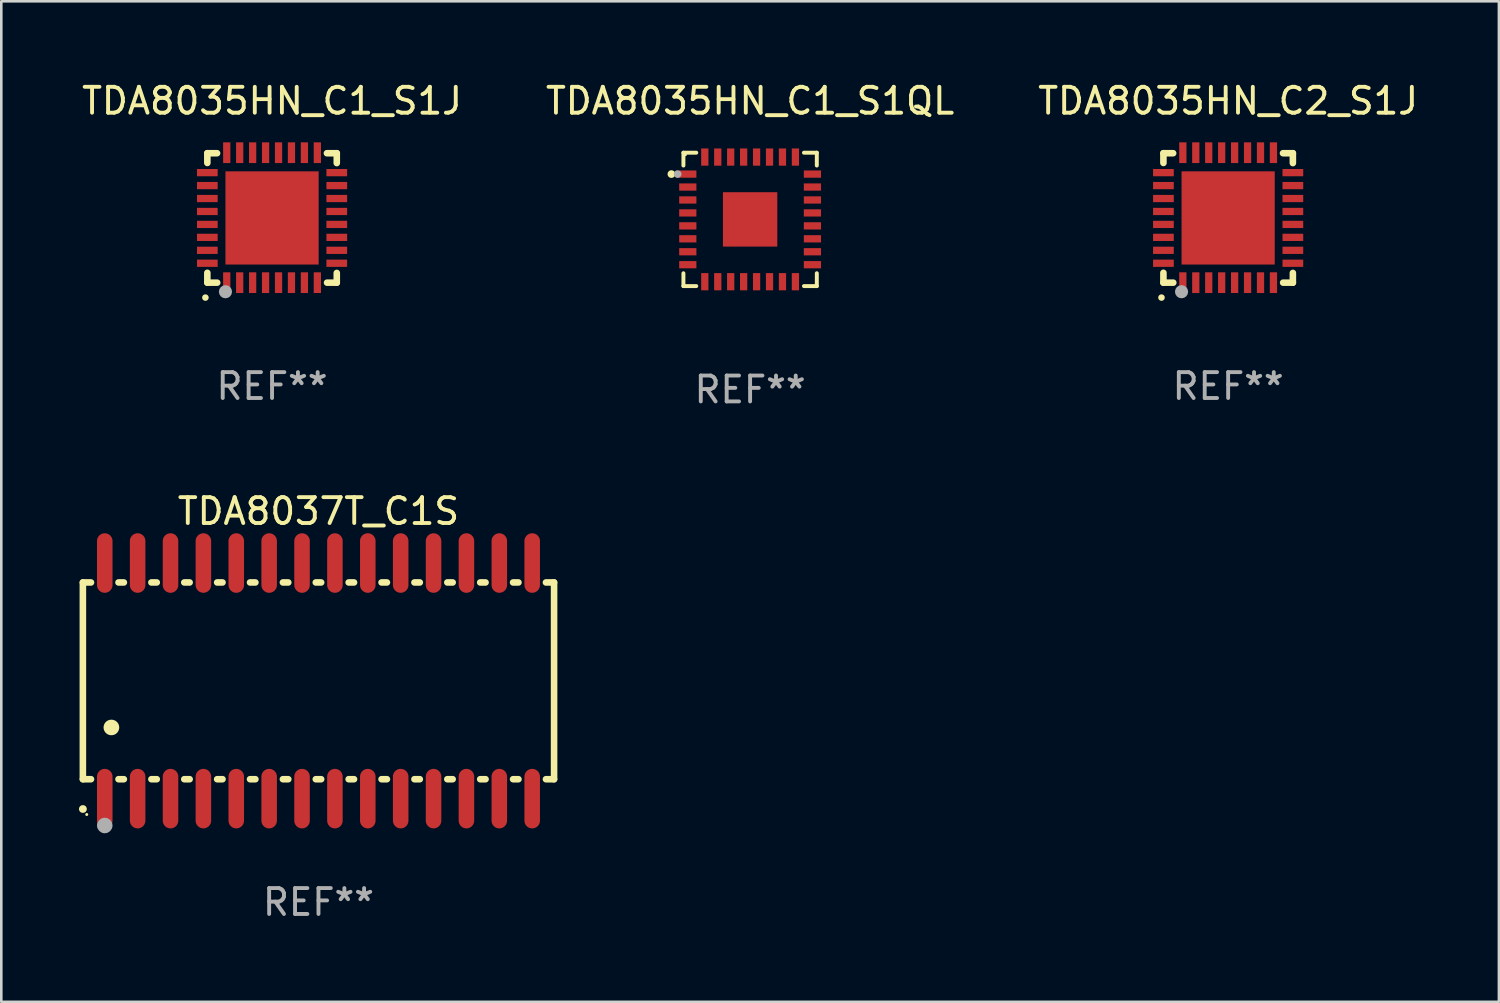
<source format=kicad_pcb>
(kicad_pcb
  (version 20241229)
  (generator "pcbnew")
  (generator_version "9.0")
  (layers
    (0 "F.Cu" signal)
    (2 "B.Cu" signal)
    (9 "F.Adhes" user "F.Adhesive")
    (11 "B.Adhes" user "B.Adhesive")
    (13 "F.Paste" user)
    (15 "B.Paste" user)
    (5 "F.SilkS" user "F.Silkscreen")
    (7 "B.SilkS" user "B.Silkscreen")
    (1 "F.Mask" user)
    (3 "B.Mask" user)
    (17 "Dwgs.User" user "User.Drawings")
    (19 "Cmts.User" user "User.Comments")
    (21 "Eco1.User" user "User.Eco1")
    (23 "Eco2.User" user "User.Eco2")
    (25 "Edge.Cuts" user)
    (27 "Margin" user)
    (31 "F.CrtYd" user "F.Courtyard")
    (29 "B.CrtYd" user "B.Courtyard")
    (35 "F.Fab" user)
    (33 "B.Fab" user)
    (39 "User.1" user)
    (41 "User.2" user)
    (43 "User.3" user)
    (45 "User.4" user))
  (footprint "TDA8035HN_C1_S1QL"
    (layer "F.Cu")
    (at 25.923 5.424)
    (property "Reference" "TDA8035HN_C1_S1QL" (at 0 -4.576 0) (layer "F.SilkS") (effects (font (size 1 1) (thickness 0.15))))
    (attr through_hole)
    (fp_line (start -2.576 -2.576) (end -2.576 -2.08) (stroke (width 0.152) (type solid)) (layer "F.SilkS"))
    (fp_line (start -2.576 2.576) (end -2.576 2.08) (stroke (width 0.152) (type solid)) (layer "F.SilkS"))
    (fp_line (start -2.08 -2.576) (end -2.576 -2.576) (stroke (width 0.152) (type solid)) (layer "F.SilkS"))
    (fp_line (start -2.08 2.576) (end -2.576 2.576) (stroke (width 0.152) (type solid)) (layer "F.SilkS"))
    (fp_line (start 2.08 -2.576) (end 2.576 -2.576) (stroke (width 0.152) (type solid)) (layer "F.SilkS"))
    (fp_line (start 2.08 2.576) (end 2.576 2.576) (stroke (width 0.152) (type solid)) (layer "F.SilkS"))
    (fp_line (start 2.576 -2.576) (end 2.576 -2.08) (stroke (width 0.152) (type solid)) (layer "F.SilkS"))
    (fp_line (start 2.576 2.576) (end 2.576 2.08) (stroke (width 0.152) (type solid)) (layer "F.SilkS"))
    (fp_circle (center -3.04 -1.75) (end -2.965 -1.75) (stroke (width 0.15) (type solid)) (fill no) (layer "F.SilkS"))
    (fp_circle (center -2.5 -2.5) (end -2.47 -2.5) (stroke (width 0.06) (type solid)) (fill no) (layer "F.SilkS"))
    (fp_circle (center -2.8 -1.75) (end -2.725 -1.75) (stroke (width 0.15) (type solid)) (fill no) (layer "F.Fab"))
    (fp_text user "REF**" (at 0 6.576 0) (layer "F.Fab") (effects (font (size 1 1) (thickness 0.15))))
    (pad "1" smd rect (at -2.407 -1.75) (size 0.665 0.28) (layers "F.Cu" "F.Mask" "F.Paste"))
    (pad "2" smd rect (at -2.407 -1.25) (size 0.665 0.28) (layers "F.Cu" "F.Mask" "F.Paste"))
    (pad "3" smd rect (at -2.407 -0.75) (size 0.665 0.28) (layers "F.Cu" "F.Mask" "F.Paste"))
    (pad "4" smd rect (at -2.407 -0.25) (size 0.665 0.28) (layers "F.Cu" "F.Mask" "F.Paste"))
    (pad "5" smd rect (at -2.407 0.25) (size 0.665 0.28) (layers "F.Cu" "F.Mask" "F.Paste"))
    (pad "6" smd rect (at -2.407 0.75) (size 0.665 0.28) (layers "F.Cu" "F.Mask" "F.Paste"))
    (pad "7" smd rect (at -2.407 1.25) (size 0.665 0.28) (layers "F.Cu" "F.Mask" "F.Paste"))
    (pad "8" smd rect (at -2.407 1.75) (size 0.665 0.28) (layers "F.Cu" "F.Mask" "F.Paste"))
    (pad "9" smd rect (at -1.75 2.407) (size 0.28 0.665) (layers "F.Cu" "F.Mask" "F.Paste"))
    (pad "10" smd rect (at -1.25 2.407) (size 0.28 0.665) (layers "F.Cu" "F.Mask" "F.Paste"))
    (pad "11" smd rect (at -0.75 2.407) (size 0.28 0.665) (layers "F.Cu" "F.Mask" "F.Paste"))
    (pad "12" smd rect (at -0.25 2.407) (size 0.28 0.665) (layers "F.Cu" "F.Mask" "F.Paste"))
    (pad "13" smd rect (at 0.25 2.407) (size 0.28 0.665) (layers "F.Cu" "F.Mask" "F.Paste"))
    (pad "14" smd rect (at 0.75 2.407) (size 0.28 0.665) (layers "F.Cu" "F.Mask" "F.Paste"))
    (pad "15" smd rect (at 1.25 2.407) (size 0.28 0.665) (layers "F.Cu" "F.Mask" "F.Paste"))
    (pad "16" smd rect (at 1.75 2.407) (size 0.28 0.665) (layers "F.Cu" "F.Mask" "F.Paste"))
    (pad "17" smd rect (at 2.407 1.75) (size 0.665 0.28) (layers "F.Cu" "F.Mask" "F.Paste"))
    (pad "18" smd rect (at 2.407 1.25) (size 0.665 0.28) (layers "F.Cu" "F.Mask" "F.Paste"))
    (pad "19" smd rect (at 2.407 0.75) (size 0.665 0.28) (layers "F.Cu" "F.Mask" "F.Paste"))
    (pad "20" smd rect (at 2.407 0.25) (size 0.665 0.28) (layers "F.Cu" "F.Mask" "F.Paste"))
    (pad "21" smd rect (at 2.407 -0.25) (size 0.665 0.28) (layers "F.Cu" "F.Mask" "F.Paste"))
    (pad "22" smd rect (at 2.407 -0.75) (size 0.665 0.28) (layers "F.Cu" "F.Mask" "F.Paste"))
    (pad "23" smd rect (at 2.407 -1.25) (size 0.665 0.28) (layers "F.Cu" "F.Mask" "F.Paste"))
    (pad "24" smd rect (at 2.407 -1.75) (size 0.665 0.28) (layers "F.Cu" "F.Mask" "F.Paste"))
    (pad "25" smd rect (at 1.75 -2.407) (size 0.28 0.665) (layers "F.Cu" "F.Mask" "F.Paste"))
    (pad "26" smd rect (at 1.25 -2.407) (size 0.28 0.665) (layers "F.Cu" "F.Mask" "F.Paste"))
    (pad "27" smd rect (at 0.75 -2.407) (size 0.28 0.665) (layers "F.Cu" "F.Mask" "F.Paste"))
    (pad "28" smd rect (at 0.25 -2.407) (size 0.28 0.665) (layers "F.Cu" "F.Mask" "F.Paste"))
    (pad "29" smd rect (at -0.25 -2.407) (size 0.28 0.665) (layers "F.Cu" "F.Mask" "F.Paste"))
    (pad "30" smd rect (at -0.75 -2.407) (size 0.28 0.665) (layers "F.Cu" "F.Mask" "F.Paste"))
    (pad "31" smd rect (at -1.25 -2.407) (size 0.28 0.665) (layers "F.Cu" "F.Mask" "F.Paste"))
    (pad "32" smd rect (at -1.75 -2.407) (size 0.28 0.665) (layers "F.Cu" "F.Mask" "F.Paste"))
    (pad "33" smd rect (at 0 0) (size 2.1 2.1) (layers "F.Cu" "F.Mask" "F.Paste")))
  (footprint "TDA8037T_C1S"
    (layer "F.Cu")
    (at 9.251 23.247)
    (property "Reference" "TDA8037T_C1S" (at 0 -6.55 0) (layer "F.SilkS") (effects (font (size 1 1) (thickness 0.15))))
    (attr through_hole)
    (fp_line (start -9.1 -3.8) (end -9.1 3.8) (stroke (width 0.254) (type solid)) (layer "F.SilkS"))
    (fp_line (start -9.1 -3.8) (end -8.786 -3.8) (stroke (width 0.254) (type solid)) (layer "F.SilkS"))
    (fp_line (start -9.1 3.8) (end -8.786 3.8) (stroke (width 0.254) (type solid)) (layer "F.SilkS"))
    (fp_line (start -7.724 -3.8) (end -7.516 -3.8) (stroke (width 0.254) (type solid)) (layer "F.SilkS"))
    (fp_line (start -7.724 3.8) (end -7.516 3.8) (stroke (width 0.254) (type solid)) (layer "F.SilkS"))
    (fp_line (start -6.454 -3.8) (end -6.246 -3.8) (stroke (width 0.254) (type solid)) (layer "F.SilkS"))
    (fp_line (start -6.454 3.8) (end -6.246 3.8) (stroke (width 0.254) (type solid)) (layer "F.SilkS"))
    (fp_line (start -5.184 -3.8) (end -4.976 -3.8) (stroke (width 0.254) (type solid)) (layer "F.SilkS"))
    (fp_line (start -5.184 3.8) (end -4.976 3.8) (stroke (width 0.254) (type solid)) (layer "F.SilkS"))
    (fp_line (start -3.914 -3.8) (end -3.706 -3.8) (stroke (width 0.254) (type solid)) (layer "F.SilkS"))
    (fp_line (start -3.914 3.8) (end -3.706 3.8) (stroke (width 0.254) (type solid)) (layer "F.SilkS"))
    (fp_line (start -2.644 -3.8) (end -2.436 -3.8) (stroke (width 0.254) (type solid)) (layer "F.SilkS"))
    (fp_line (start -2.644 3.8) (end -2.436 3.8) (stroke (width 0.254) (type solid)) (layer "F.SilkS"))
    (fp_line (start -1.374 -3.8) (end -1.166 -3.8) (stroke (width 0.254) (type solid)) (layer "F.SilkS"))
    (fp_line (start -1.374 3.8) (end -1.166 3.8) (stroke (width 0.254) (type solid)) (layer "F.SilkS"))
    (fp_line (start -0.104 -3.8) (end 0.104 -3.8) (stroke (width 0.254) (type solid)) (layer "F.SilkS"))
    (fp_line (start -0.104 3.8) (end 0.104 3.8) (stroke (width 0.254) (type solid)) (layer "F.SilkS"))
    (fp_line (start 1.166 -3.8) (end 1.374 -3.8) (stroke (width 0.254) (type solid)) (layer "F.SilkS"))
    (fp_line (start 1.166 3.8) (end 1.374 3.8) (stroke (width 0.254) (type solid)) (layer "F.SilkS"))
    (fp_line (start 2.436 -3.8) (end 2.644 -3.8) (stroke (width 0.254) (type solid)) (layer "F.SilkS"))
    (fp_line (start 2.436 3.8) (end 2.644 3.8) (stroke (width 0.254) (type solid)) (layer "F.SilkS"))
    (fp_line (start 3.706 -3.8) (end 3.914 -3.8) (stroke (width 0.254) (type solid)) (layer "F.SilkS"))
    (fp_line (start 3.706 3.8) (end 3.914 3.8) (stroke (width 0.254) (type solid)) (layer "F.SilkS"))
    (fp_line (start 4.976 -3.8) (end 5.184 -3.8) (stroke (width 0.254) (type solid)) (layer "F.SilkS"))
    (fp_line (start 4.976 3.8) (end 5.184 3.8) (stroke (width 0.254) (type solid)) (layer "F.SilkS"))
    (fp_line (start 6.246 -3.8) (end 6.454 -3.8) (stroke (width 0.254) (type solid)) (layer "F.SilkS"))
    (fp_line (start 6.246 3.8) (end 6.454 3.8) (stroke (width 0.254) (type solid)) (layer "F.SilkS"))
    (fp_line (start 7.516 -3.8) (end 7.724 -3.8) (stroke (width 0.254) (type solid)) (layer "F.SilkS"))
    (fp_line (start 7.516 3.8) (end 7.724 3.8) (stroke (width 0.254) (type solid)) (layer "F.SilkS"))
    (fp_line (start 8.786 -3.8) (end 9.1 -3.8) (stroke (width 0.254) (type solid)) (layer "F.SilkS"))
    (fp_line (start 8.786 3.8) (end 9.1 3.8) (stroke (width 0.254) (type solid)) (layer "F.SilkS"))
    (fp_line (start 9.1 -3.8) (end 9.1 3.8) (stroke (width 0.254) (type solid)) (layer "F.SilkS"))
    (fp_arc (start -9.100864 4.95047) (mid -9.099594 4.950465) (end -9.098324 4.95047) (stroke (width 0.3) (type solid)) (layer "F.SilkS"))
    (fp_arc (start -8.001041 1.800864) (mid -7.998501 1.800853) (end -7.995961 1.800864) (stroke (width 0.6) (type solid)) (layer "F.SilkS"))
    (fp_circle (center -8.95 5.163) (end -8.92 5.163) (stroke (width 0.06) (type solid)) (fill no) (layer "F.SilkS"))
    (fp_circle (center -8.255 5.588) (end -8.105 5.588) (stroke (width 0.3) (type solid)) (fill no) (layer "F.Fab"))
    (fp_text user "REF**" (at 0 8.55 0) (layer "F.Fab") (effects (font (size 1 1) (thickness 0.15))))
    (pad "1" smd oval (at -8.255 4.55 180) (size 0.6 2.3) (layers "F.Cu" "F.Mask" "F.Paste"))
    (pad "2" smd oval (at -6.985 4.55 180) (size 0.6 2.3) (layers "F.Cu" "F.Mask" "F.Paste"))
    (pad "3" smd oval (at -5.715 4.55 180) (size 0.6 2.3) (layers "F.Cu" "F.Mask" "F.Paste"))
    (pad "4" smd oval (at -4.445 4.55 180) (size 0.6 2.3) (layers "F.Cu" "F.Mask" "F.Paste"))
    (pad "5" smd oval (at -3.175 4.55 180) (size 0.6 2.3) (layers "F.Cu" "F.Mask" "F.Paste"))
    (pad "6" smd oval (at -1.905 4.55 180) (size 0.6 2.3) (layers "F.Cu" "F.Mask" "F.Paste"))
    (pad "7" smd oval (at -0.635 4.55 180) (size 0.6 2.3) (layers "F.Cu" "F.Mask" "F.Paste"))
    (pad "8" smd oval (at 0.635 4.55 180) (size 0.6 2.3) (layers "F.Cu" "F.Mask" "F.Paste"))
    (pad "9" smd oval (at 1.905 4.55 180) (size 0.6 2.3) (layers "F.Cu" "F.Mask" "F.Paste"))
    (pad "10" smd oval (at 3.175 4.55 180) (size 0.6 2.3) (layers "F.Cu" "F.Mask" "F.Paste"))
    (pad "11" smd oval (at 4.445 4.55 180) (size 0.6 2.3) (layers "F.Cu" "F.Mask" "F.Paste"))
    (pad "12" smd oval (at 5.715 4.55 180) (size 0.6 2.3) (layers "F.Cu" "F.Mask" "F.Paste"))
    (pad "13" smd oval (at 6.985 4.55 180) (size 0.6 2.3) (layers "F.Cu" "F.Mask" "F.Paste"))
    (pad "14" smd oval (at 8.255 4.55 180) (size 0.6 2.3) (layers "F.Cu" "F.Mask" "F.Paste"))
    (pad "15" smd oval (at 8.255 -4.55 180) (size 0.6 2.3) (layers "F.Cu" "F.Mask" "F.Paste"))
    (pad "16" smd oval (at 6.985 -4.55 180) (size 0.6 2.3) (layers "F.Cu" "F.Mask" "F.Paste"))
    (pad "17" smd oval (at 5.715 -4.55 180) (size 0.6 2.3) (layers "F.Cu" "F.Mask" "F.Paste"))
    (pad "18" smd oval (at 4.445 -4.55 180) (size 0.6 2.3) (layers "F.Cu" "F.Mask" "F.Paste"))
    (pad "19" smd oval (at 3.175 -4.55 180) (size 0.6 2.3) (layers "F.Cu" "F.Mask" "F.Paste"))
    (pad "20" smd oval (at 1.905 -4.55 180) (size 0.6 2.3) (layers "F.Cu" "F.Mask" "F.Paste"))
    (pad "21" smd oval (at 0.635 -4.55 180) (size 0.6 2.3) (layers "F.Cu" "F.Mask" "F.Paste"))
    (pad "22" smd oval (at -0.635 -4.55 180) (size 0.6 2.3) (layers "F.Cu" "F.Mask" "F.Paste"))
    (pad "23" smd oval (at -1.905 -4.55 180) (size 0.6 2.3) (layers "F.Cu" "F.Mask" "F.Paste"))
    (pad "24" smd oval (at -3.175 -4.55 180) (size 0.6 2.3) (layers "F.Cu" "F.Mask" "F.Paste"))
    (pad "25" smd oval (at -4.445 -4.55 180) (size 0.6 2.3) (layers "F.Cu" "F.Mask" "F.Paste"))
    (pad "26" smd oval (at -5.715 -4.55 180) (size 0.6 2.3) (layers "F.Cu" "F.Mask" "F.Paste"))
    (pad "27" smd oval (at -6.985 -4.55 180) (size 0.6 2.3) (layers "F.Cu" "F.Mask" "F.Paste"))
    (pad "28" smd oval (at -8.255 -4.55 180) (size 0.6 2.3) (layers "F.Cu" "F.Mask" "F.Paste")))
  (footprint "TDA8035HN_C2_S1J"
    (layer "F.Cu")
    (at 44.387 5.358)
    (property "Reference" "TDA8035HN_C2_S1J" (at 0 -4.51 0) (layer "F.SilkS") (effects (font (size 1 1) (thickness 0.15))))
    (attr through_hole)
    (fp_line (start -2.5 -2.49) (end -2.124 -2.49) (stroke (width 0.254) (type solid)) (layer "F.SilkS"))
    (fp_line (start -2.5 -2.114) (end -2.5 -2.49) (stroke (width 0.254) (type solid)) (layer "F.SilkS"))
    (fp_line (start -2.5 2.51) (end -2.5 2.129) (stroke (width 0.254) (type solid)) (layer "F.SilkS"))
    (fp_line (start -2.5 2.51) (end -2.119 2.51) (stroke (width 0.254) (type solid)) (layer "F.SilkS"))
    (fp_line (start 2.119 -2.49) (end 2.5 -2.49) (stroke (width 0.254) (type solid)) (layer "F.SilkS"))
    (fp_line (start 2.124 2.51) (end 2.5 2.51) (stroke (width 0.254) (type solid)) (layer "F.SilkS"))
    (fp_line (start 2.5 -2.49) (end 2.5 -2.109) (stroke (width 0.254) (type solid)) (layer "F.SilkS"))
    (fp_line (start 2.5 2.134) (end 2.5 2.51) (stroke (width 0.254) (type solid)) (layer "F.SilkS"))
    (fp_arc (start -2.57554 3.086005) (mid -2.57427 3.085999) (end -2.573 3.086005) (stroke (width 0.25) (type solid)) (layer "F.SilkS"))
    (fp_circle (center -2.5 2.5) (end -2.45 2.5) (stroke (width 0.1) (type solid)) (fill no) (layer "F.SilkS"))
    (fp_circle (center -1.8 2.86) (end -1.673 2.86) (stroke (width 0.254) (type solid)) (fill no) (layer "F.Fab"))
    (fp_text user "REF**" (at 0 6.51 0) (layer "F.Fab") (effects (font (size 1 1) (thickness 0.15))))
    (pad "1" smd rect (at -1.75 2.51) (size 0.28 0.8) (layers "F.Cu" "F.Mask" "F.Paste"))
    (pad "2" smd rect (at -1.25 2.51) (size 0.28 0.8) (layers "F.Cu" "F.Mask" "F.Paste"))
    (pad "3" smd rect (at -0.75 2.51) (size 0.28 0.8) (layers "F.Cu" "F.Mask" "F.Paste"))
    (pad "4" smd rect (at -0.25 2.51) (size 0.28 0.8) (layers "F.Cu" "F.Mask" "F.Paste"))
    (pad "5" smd rect (at 0.25 2.51) (size 0.28 0.8) (layers "F.Cu" "F.Mask" "F.Paste"))
    (pad "6" smd rect (at 0.75 2.51) (size 0.28 0.8) (layers "F.Cu" "F.Mask" "F.Paste"))
    (pad "7" smd rect (at 1.25 2.51) (size 0.28 0.8) (layers "F.Cu" "F.Mask" "F.Paste"))
    (pad "8" smd rect (at 1.75 2.51) (size 0.28 0.8) (layers "F.Cu" "F.Mask" "F.Paste"))
    (pad "9" smd rect (at 2.5 1.76) (size 0.8 0.28) (layers "F.Cu" "F.Mask" "F.Paste"))
    (pad "10" smd rect (at 2.5 1.26) (size 0.8 0.28) (layers "F.Cu" "F.Mask" "F.Paste"))
    (pad "11" smd rect (at 2.5 0.76) (size 0.8 0.28) (layers "F.Cu" "F.Mask" "F.Paste"))
    (pad "12" smd rect (at 2.5 0.26) (size 0.8 0.28) (layers "F.Cu" "F.Mask" "F.Paste"))
    (pad "13" smd rect (at 2.5 -0.24) (size 0.8 0.28) (layers "F.Cu" "F.Mask" "F.Paste"))
    (pad "14" smd rect (at 2.5 -0.74) (size 0.8 0.28) (layers "F.Cu" "F.Mask" "F.Paste"))
    (pad "15" smd rect (at 2.5 -1.24) (size 0.8 0.28) (layers "F.Cu" "F.Mask" "F.Paste"))
    (pad "16" smd rect (at 2.5 -1.74) (size 0.8 0.28) (layers "F.Cu" "F.Mask" "F.Paste"))
    (pad "17" smd rect (at 1.75 -2.51) (size 0.28 0.8) (layers "F.Cu" "F.Mask" "F.Paste"))
    (pad "18" smd rect (at 1.25 -2.51) (size 0.28 0.8) (layers "F.Cu" "F.Mask" "F.Paste"))
    (pad "19" smd rect (at 0.75 -2.51) (size 0.28 0.8) (layers "F.Cu" "F.Mask" "F.Paste"))
    (pad "20" smd rect (at 0.25 -2.51) (size 0.28 0.8) (layers "F.Cu" "F.Mask" "F.Paste"))
    (pad "21" smd rect (at -0.25 -2.51) (size 0.28 0.8) (layers "F.Cu" "F.Mask" "F.Paste"))
    (pad "22" smd rect (at -0.75 -2.51) (size 0.28 0.8) (layers "F.Cu" "F.Mask" "F.Paste"))
    (pad "23" smd rect (at -1.25 -2.51) (size 0.28 0.8) (layers "F.Cu" "F.Mask" "F.Paste"))
    (pad "24" smd rect (at -1.75 -2.51) (size 0.28 0.8) (layers "F.Cu" "F.Mask" "F.Paste"))
    (pad "25" smd rect (at -2.5 -1.74) (size 0.8 0.28) (layers "F.Cu" "F.Mask" "F.Paste"))
    (pad "26" smd rect (at -2.5 -1.24) (size 0.8 0.28) (layers "F.Cu" "F.Mask" "F.Paste"))
    (pad "27" smd rect (at -2.5 -0.74) (size 0.8 0.28) (layers "F.Cu" "F.Mask" "F.Paste"))
    (pad "28" smd rect (at -2.5 -0.24) (size 0.8 0.28) (layers "F.Cu" "F.Mask" "F.Paste"))
    (pad "29" smd rect (at -2.5 0.26) (size 0.8 0.28) (layers "F.Cu" "F.Mask" "F.Paste"))
    (pad "30" smd rect (at -2.5 0.76) (size 0.8 0.28) (layers "F.Cu" "F.Mask" "F.Paste"))
    (pad "31" smd rect (at -2.5 1.26) (size 0.8 0.28) (layers "F.Cu" "F.Mask" "F.Paste"))
    (pad "32" smd rect (at -2.5 1.76) (size 0.8 0.28) (layers "F.Cu" "F.Mask" "F.Paste"))
    (pad "33" smd rect (at 0.000102 0.01) (size 3.6 3.6) (layers "F.Cu" "F.Mask" "F.Paste")))
  (footprint "TDA8035HN_C1_S1J"
    (layer "F.Cu")
    (at 7.458 5.358)
    (property "Reference" "TDA8035HN_C1_S1J" (at 0 -4.51 0) (layer "F.SilkS") (effects (font (size 1 1) (thickness 0.15))))
    (attr through_hole)
    (fp_line (start -2.5 -2.49) (end -2.124 -2.49) (stroke (width 0.254) (type solid)) (layer "F.SilkS"))
    (fp_line (start -2.5 -2.114) (end -2.5 -2.49) (stroke (width 0.254) (type solid)) (layer "F.SilkS"))
    (fp_line (start -2.5 2.51) (end -2.5 2.129) (stroke (width 0.254) (type solid)) (layer "F.SilkS"))
    (fp_line (start -2.5 2.51) (end -2.119 2.51) (stroke (width 0.254) (type solid)) (layer "F.SilkS"))
    (fp_line (start 2.119 -2.49) (end 2.5 -2.49) (stroke (width 0.254) (type solid)) (layer "F.SilkS"))
    (fp_line (start 2.124 2.51) (end 2.5 2.51) (stroke (width 0.254) (type solid)) (layer "F.SilkS"))
    (fp_line (start 2.5 -2.49) (end 2.5 -2.109) (stroke (width 0.254) (type solid)) (layer "F.SilkS"))
    (fp_line (start 2.5 2.134) (end 2.5 2.51) (stroke (width 0.254) (type solid)) (layer "F.SilkS"))
    (fp_arc (start -2.57554 3.086005) (mid -2.57427 3.085999) (end -2.573 3.086005) (stroke (width 0.25) (type solid)) (layer "F.SilkS"))
    (fp_circle (center -2.5 2.5) (end -2.45 2.5) (stroke (width 0.1) (type solid)) (fill no) (layer "F.SilkS"))
    (fp_circle (center -1.8 2.86) (end -1.673 2.86) (stroke (width 0.254) (type solid)) (fill no) (layer "F.Fab"))
    (fp_text user "REF**" (at 0 6.51 0) (layer "F.Fab") (effects (font (size 1 1) (thickness 0.15))))
    (pad "1" smd rect (at -1.75 2.51) (size 0.28 0.8) (layers "F.Cu" "F.Mask" "F.Paste"))
    (pad "2" smd rect (at -1.25 2.51) (size 0.28 0.8) (layers "F.Cu" "F.Mask" "F.Paste"))
    (pad "3" smd rect (at -0.75 2.51) (size 0.28 0.8) (layers "F.Cu" "F.Mask" "F.Paste"))
    (pad "4" smd rect (at -0.25 2.51) (size 0.28 0.8) (layers "F.Cu" "F.Mask" "F.Paste"))
    (pad "5" smd rect (at 0.25 2.51) (size 0.28 0.8) (layers "F.Cu" "F.Mask" "F.Paste"))
    (pad "6" smd rect (at 0.75 2.51) (size 0.28 0.8) (layers "F.Cu" "F.Mask" "F.Paste"))
    (pad "7" smd rect (at 1.25 2.51) (size 0.28 0.8) (layers "F.Cu" "F.Mask" "F.Paste"))
    (pad "8" smd rect (at 1.75 2.51) (size 0.28 0.8) (layers "F.Cu" "F.Mask" "F.Paste"))
    (pad "9" smd rect (at 2.5 1.76) (size 0.8 0.28) (layers "F.Cu" "F.Mask" "F.Paste"))
    (pad "10" smd rect (at 2.5 1.26) (size 0.8 0.28) (layers "F.Cu" "F.Mask" "F.Paste"))
    (pad "11" smd rect (at 2.5 0.76) (size 0.8 0.28) (layers "F.Cu" "F.Mask" "F.Paste"))
    (pad "12" smd rect (at 2.5 0.26) (size 0.8 0.28) (layers "F.Cu" "F.Mask" "F.Paste"))
    (pad "13" smd rect (at 2.5 -0.24) (size 0.8 0.28) (layers "F.Cu" "F.Mask" "F.Paste"))
    (pad "14" smd rect (at 2.5 -0.74) (size 0.8 0.28) (layers "F.Cu" "F.Mask" "F.Paste"))
    (pad "15" smd rect (at 2.5 -1.24) (size 0.8 0.28) (layers "F.Cu" "F.Mask" "F.Paste"))
    (pad "16" smd rect (at 2.5 -1.74) (size 0.8 0.28) (layers "F.Cu" "F.Mask" "F.Paste"))
    (pad "17" smd rect (at 1.75 -2.51) (size 0.28 0.8) (layers "F.Cu" "F.Mask" "F.Paste"))
    (pad "18" smd rect (at 1.25 -2.51) (size 0.28 0.8) (layers "F.Cu" "F.Mask" "F.Paste"))
    (pad "19" smd rect (at 0.75 -2.51) (size 0.28 0.8) (layers "F.Cu" "F.Mask" "F.Paste"))
    (pad "20" smd rect (at 0.25 -2.51) (size 0.28 0.8) (layers "F.Cu" "F.Mask" "F.Paste"))
    (pad "21" smd rect (at -0.25 -2.51) (size 0.28 0.8) (layers "F.Cu" "F.Mask" "F.Paste"))
    (pad "22" smd rect (at -0.75 -2.51) (size 0.28 0.8) (layers "F.Cu" "F.Mask" "F.Paste"))
    (pad "23" smd rect (at -1.25 -2.51) (size 0.28 0.8) (layers "F.Cu" "F.Mask" "F.Paste"))
    (pad "24" smd rect (at -1.75 -2.51) (size 0.28 0.8) (layers "F.Cu" "F.Mask" "F.Paste"))
    (pad "25" smd rect (at -2.5 -1.74) (size 0.8 0.28) (layers "F.Cu" "F.Mask" "F.Paste"))
    (pad "26" smd rect (at -2.5 -1.24) (size 0.8 0.28) (layers "F.Cu" "F.Mask" "F.Paste"))
    (pad "27" smd rect (at -2.5 -0.74) (size 0.8 0.28) (layers "F.Cu" "F.Mask" "F.Paste"))
    (pad "28" smd rect (at -2.5 -0.24) (size 0.8 0.28) (layers "F.Cu" "F.Mask" "F.Paste"))
    (pad "29" smd rect (at -2.5 0.26) (size 0.8 0.28) (layers "F.Cu" "F.Mask" "F.Paste"))
    (pad "30" smd rect (at -2.5 0.76) (size 0.8 0.28) (layers "F.Cu" "F.Mask" "F.Paste"))
    (pad "31" smd rect (at -2.5 1.26) (size 0.8 0.28) (layers "F.Cu" "F.Mask" "F.Paste"))
    (pad "32" smd rect (at -2.5 1.76) (size 0.8 0.28) (layers "F.Cu" "F.Mask" "F.Paste"))
    (pad "33" smd rect (at 0.000102 0.01) (size 3.6 3.6) (layers "F.Cu" "F.Mask" "F.Paste")))
  (gr_rect
    (start -3 -3)
    (end 54.845 35.645)
    (stroke (width 0.1) (type default))
    (fill no)
    (layer "Edge.Cuts")))
</source>
